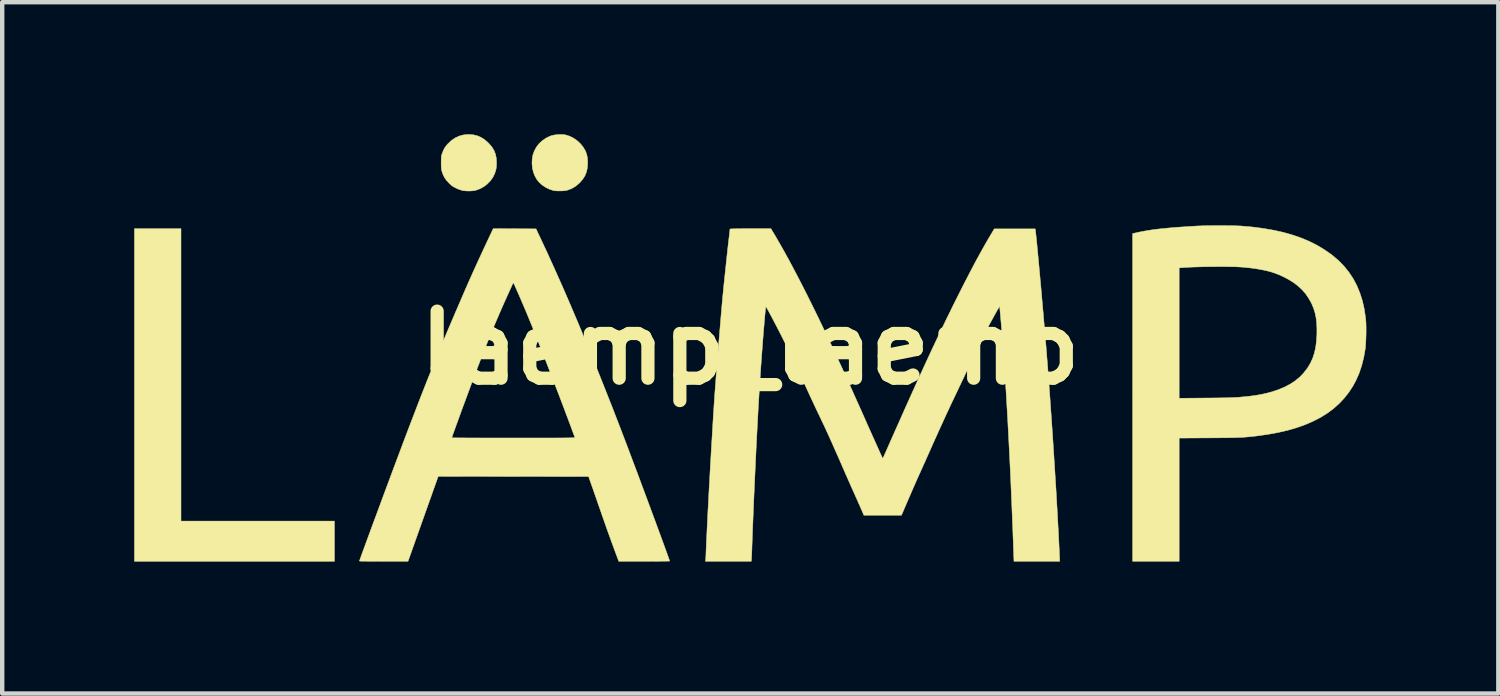
<source format=kicad_pcb>
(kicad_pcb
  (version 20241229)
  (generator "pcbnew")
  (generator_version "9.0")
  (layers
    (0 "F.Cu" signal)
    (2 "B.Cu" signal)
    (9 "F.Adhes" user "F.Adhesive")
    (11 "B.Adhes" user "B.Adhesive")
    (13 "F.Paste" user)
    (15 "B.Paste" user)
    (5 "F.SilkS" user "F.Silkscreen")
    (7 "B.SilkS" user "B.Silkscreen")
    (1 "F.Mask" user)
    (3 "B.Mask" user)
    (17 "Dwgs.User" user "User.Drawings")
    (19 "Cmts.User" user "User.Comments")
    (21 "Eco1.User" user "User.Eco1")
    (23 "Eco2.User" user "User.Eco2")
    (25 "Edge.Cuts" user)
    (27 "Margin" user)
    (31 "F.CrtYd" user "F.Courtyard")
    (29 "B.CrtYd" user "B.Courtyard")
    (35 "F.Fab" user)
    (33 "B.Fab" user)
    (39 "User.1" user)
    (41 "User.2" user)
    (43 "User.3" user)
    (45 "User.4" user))
  (footprint "laemp_laemp"
    (layer "F.Cu")
    (at 13.996 4.855)
    (property "Reference" "laemp_laemp" (at 0 0 0) (layer "F.SilkS") (effects (font (size 1.524 1.524) (thickness 0.3))))
    (attr through_hole)
    (fp_poly (pts (xy -12.933 3.936) (xy -9.446 3.936) (xy -9.446 4.85) (xy -13.991 4.85) (xy -13.991 -2.708) (xy -12.933 -2.708) (xy -12.933 3.936)) (stroke (width 0.01) (type solid)) (fill yes) (layer "F.SilkS"))
    (fp_poly (pts (xy -4.25 -4.847) (xy -4.192 -4.839) (xy -4.188 -4.838) (xy -4.098 -4.809) (xy -4.011 -4.765) (xy -3.93 -4.708) (xy -3.858 -4.641) (xy -3.796 -4.565) (xy -3.747 -4.483) (xy -3.73 -4.444) (xy -3.71 -4.382) (xy -3.697 -4.318) (xy -3.692 -4.248) (xy -3.692 -4.169) (xy -3.702 -4.072) (xy -3.723 -3.985) (xy -3.756 -3.906) (xy -3.804 -3.832) (xy -3.866 -3.759) (xy -3.872 -3.753) (xy -3.947 -3.687) (xy -4.025 -3.636) (xy -4.111 -3.597) (xy -4.126 -3.592) (xy -4.159 -3.582) (xy -4.19 -3.575) (xy -4.223 -3.57) (xy -4.264 -3.568) (xy -4.304 -3.566) (xy -4.378 -3.566) (xy -4.436 -3.57) (xy -4.466 -3.575) (xy -4.557 -3.604) (xy -4.645 -3.647) (xy -4.726 -3.701) (xy -4.788 -3.755) (xy -4.846 -3.826) (xy -4.892 -3.907) (xy -4.926 -3.997) (xy -4.948 -4.092) (xy -4.957 -4.192) (xy -4.952 -4.293) (xy -4.935 -4.388) (xy -4.903 -4.477) (xy -4.857 -4.561) (xy -4.798 -4.638) (xy -4.727 -4.705) (xy -4.646 -4.762) (xy -4.558 -4.806) (xy -4.516 -4.822) (xy -4.457 -4.836) (xy -4.389 -4.845) (xy -4.318 -4.849) (xy -4.25 -4.847)) (stroke (width 0.01) (type solid)) (fill yes) (layer "F.SilkS"))
    (fp_poly (pts (xy -6.298 -4.843) (xy -6.209 -4.823) (xy -6.125 -4.789) (xy -6.045 -4.74) (xy -5.967 -4.675) (xy -5.923 -4.631) (xy -5.863 -4.558) (xy -5.818 -4.483) (xy -5.787 -4.402) (xy -5.768 -4.313) (xy -5.762 -4.215) (xy -5.764 -4.142) (xy -5.77 -4.079) (xy -5.784 -4.021) (xy -5.804 -3.962) (xy -5.804 -3.961) (xy -5.847 -3.874) (xy -5.904 -3.794) (xy -5.973 -3.723) (xy -6.052 -3.663) (xy -6.139 -3.615) (xy -6.231 -3.582) (xy -6.252 -3.577) (xy -6.312 -3.568) (xy -6.382 -3.564) (xy -6.453 -3.566) (xy -6.518 -3.573) (xy -6.55 -3.58) (xy -6.585 -3.591) (xy -6.629 -3.607) (xy -6.673 -3.626) (xy -6.694 -3.636) (xy -6.735 -3.657) (xy -6.768 -3.678) (xy -6.799 -3.703) (xy -6.833 -3.735) (xy -6.847 -3.749) (xy -6.902 -3.81) (xy -6.945 -3.871) (xy -6.978 -3.938) (xy -7.001 -4.003) (xy -7.008 -4.029) (xy -7.014 -4.053) (xy -7.017 -4.079) (xy -7.019 -4.111) (xy -7.02 -4.152) (xy -7.021 -4.206) (xy -7.021 -4.211) (xy -7.02 -4.264) (xy -7.019 -4.305) (xy -7.018 -4.335) (xy -7.015 -4.36) (xy -7.01 -4.382) (xy -7.002 -4.406) (xy -6.997 -4.422) (xy -6.968 -4.493) (xy -6.936 -4.552) (xy -6.895 -4.607) (xy -6.869 -4.636) (xy -6.79 -4.711) (xy -6.705 -4.769) (xy -6.614 -4.812) (xy -6.518 -4.839) (xy -6.416 -4.849) (xy -6.394 -4.85) (xy -6.298 -4.843)) (stroke (width 0.01) (type solid)) (fill yes) (layer "F.SilkS"))
    (fp_poly (pts (xy 10.752 -2.778) (xy 10.847 -2.777) (xy 10.937 -2.776) (xy 11.018 -2.775) (xy 11.089 -2.772) (xy 11.146 -2.77) (xy 11.164 -2.769) (xy 11.422 -2.746) (xy 11.665 -2.714) (xy 11.896 -2.674) (xy 12.113 -2.626) (xy 12.318 -2.568) (xy 12.511 -2.502) (xy 12.694 -2.426) (xy 12.866 -2.341) (xy 13.028 -2.245) (xy 13.182 -2.14) (xy 13.242 -2.095) (xy 13.378 -1.978) (xy 13.501 -1.851) (xy 13.61 -1.715) (xy 13.706 -1.569) (xy 13.789 -1.413) (xy 13.857 -1.247) (xy 13.913 -1.071) (xy 13.956 -0.884) (xy 13.985 -0.686) (xy 13.991 -0.624) (xy 13.995 -0.571) (xy 13.997 -0.505) (xy 13.998 -0.43) (xy 13.998 -0.35) (xy 13.996 -0.267) (xy 13.993 -0.186) (xy 13.99 -0.11) (xy 13.985 -0.043) (xy 13.98 0.012) (xy 13.978 0.025) (xy 13.944 0.219) (xy 13.898 0.402) (xy 13.84 0.575) (xy 13.769 0.737) (xy 13.701 0.863) (xy 13.608 1.007) (xy 13.503 1.14) (xy 13.387 1.264) (xy 13.258 1.379) (xy 13.117 1.484) (xy 12.963 1.58) (xy 12.796 1.666) (xy 12.616 1.744) (xy 12.423 1.813) (xy 12.216 1.873) (xy 11.995 1.924) (xy 11.759 1.967) (xy 11.51 2.002) (xy 11.477 2.006) (xy 11.419 2.012) (xy 11.365 2.018) (xy 11.314 2.023) (xy 11.263 2.027) (xy 11.212 2.031) (xy 11.159 2.034) (xy 11.101 2.036) (xy 11.039 2.038) (xy 10.969 2.04) (xy 10.891 2.042) (xy 10.803 2.043) (xy 10.703 2.044) (xy 10.589 2.045) (xy 10.461 2.046) (xy 10.421 2.046) (xy 9.75 2.05) (xy 9.75 4.85) (xy 8.692 4.85) (xy 8.692 -1.817) (xy 9.75 -1.817) (xy 9.75 1.145) (xy 10.345 1.14) (xy 10.48 1.139) (xy 10.599 1.138) (xy 10.704 1.136) (xy 10.796 1.135) (xy 10.875 1.133) (xy 10.944 1.131) (xy 11.003 1.128) (xy 11.054 1.126) (xy 11.098 1.123) (xy 11.105 1.122) (xy 11.241 1.11) (xy 11.363 1.097) (xy 11.474 1.082) (xy 11.576 1.065) (xy 11.671 1.046) (xy 11.764 1.024) (xy 11.841 1.003) (xy 11.998 0.952) (xy 12.14 0.893) (xy 12.269 0.826) (xy 12.384 0.751) (xy 12.488 0.666) (xy 12.579 0.571) (xy 12.66 0.466) (xy 12.68 0.437) (xy 12.738 0.337) (xy 12.785 0.233) (xy 12.822 0.121) (xy 12.85 -0.001) (xy 12.868 -0.133) (xy 12.878 -0.277) (xy 12.88 -0.318) (xy 12.88 -0.455) (xy 12.873 -0.579) (xy 12.859 -0.693) (xy 12.837 -0.797) (xy 12.806 -0.896) (xy 12.767 -0.991) (xy 12.752 -1.023) (xy 12.689 -1.134) (xy 12.619 -1.235) (xy 12.539 -1.326) (xy 12.447 -1.41) (xy 12.344 -1.488) (xy 12.226 -1.56) (xy 12.127 -1.612) (xy 12.034 -1.655) (xy 11.939 -1.693) (xy 11.839 -1.726) (xy 11.732 -1.754) (xy 11.617 -1.778) (xy 11.491 -1.8) (xy 11.353 -1.818) (xy 11.202 -1.833) (xy 11.141 -1.837) (xy 11.065 -1.841) (xy 10.976 -1.844) (xy 10.877 -1.845) (xy 10.77 -1.847) (xy 10.658 -1.847) (xy 10.542 -1.846) (xy 10.424 -1.845) (xy 10.307 -1.843) (xy 10.193 -1.84) (xy 10.085 -1.837) (xy 9.984 -1.833) (xy 9.893 -1.828) (xy 9.82 -1.823) (xy 9.75 -1.817) (xy 8.692 -1.817) (xy 8.692 -2.597) (xy 8.766 -2.614) (xy 8.853 -2.633) (xy 8.942 -2.65) (xy 9.033 -2.666) (xy 9.129 -2.681) (xy 9.232 -2.695) (xy 9.341 -2.707) (xy 9.46 -2.719) (xy 9.589 -2.731) (xy 9.73 -2.742) (xy 9.884 -2.752) (xy 10.053 -2.763) (xy 10.148 -2.769) (xy 10.21 -2.771) (xy 10.284 -2.774) (xy 10.368 -2.776) (xy 10.46 -2.777) (xy 10.556 -2.778) (xy 10.654 -2.778) (xy 10.752 -2.778)) (stroke (width 0.01) (type solid)) (fill yes) (layer "F.SilkS"))
    (fp_poly (pts (xy -4.865 -2.704) (xy -4.789 -2.543) (xy -4.617 -2.176) (xy -4.443 -1.793) (xy -4.265 -1.394) (xy -4.085 -0.979) (xy -3.902 -0.548) (xy -3.716 -0.102) (xy -3.527 0.359) (xy -3.337 0.835) (xy -3.143 1.325) (xy -2.948 1.829) (xy -2.766 2.306) (xy -2.728 2.408) (xy -2.687 2.517) (xy -2.644 2.632) (xy -2.598 2.753) (xy -2.551 2.878) (xy -2.503 3.007) (xy -2.455 3.138) (xy -2.405 3.271) (xy -2.355 3.405) (xy -2.306 3.538) (xy -2.257 3.67) (xy -2.209 3.799) (xy -2.162 3.926) (xy -2.117 4.048) (xy -2.074 4.165) (xy -2.033 4.276) (xy -1.995 4.38) (xy -1.96 4.476) (xy -1.928 4.563) (xy -1.9 4.64) (xy -1.876 4.706) (xy -1.857 4.761) (xy -1.842 4.803) (xy -1.832 4.83) (xy -1.828 4.844) (xy -1.828 4.845) (xy -1.836 4.845) (xy -1.86 4.846) (xy -1.898 4.847) (xy -1.949 4.848) (xy -2.011 4.848) (xy -2.084 4.849) (xy -2.165 4.849) (xy -2.253 4.85) (xy -2.347 4.85) (xy -2.407 4.85) (xy -2.985 4.85) (xy -3.068 4.628) (xy -3.109 4.515) (xy -3.15 4.405) (xy -3.19 4.293) (xy -3.232 4.178) (xy -3.275 4.057) (xy -3.32 3.928) (xy -3.369 3.788) (xy -3.422 3.635) (xy -3.431 3.61) (xy -3.46 3.527) (xy -3.489 3.443) (xy -3.517 3.361) (xy -3.545 3.283) (xy -3.569 3.212) (xy -3.591 3.151) (xy -3.608 3.101) (xy -3.617 3.077) (xy -3.671 2.924) (xy -5.38 2.922) (xy -7.088 2.92) (xy -7.431 3.885) (xy -7.774 4.85) (xy -8.326 4.85) (xy -8.421 4.85) (xy -8.511 4.849) (xy -8.594 4.849) (xy -8.67 4.849) (xy -8.736 4.848) (xy -8.791 4.848) (xy -8.834 4.847) (xy -8.863 4.846) (xy -8.877 4.845) (xy -8.879 4.845) (xy -8.876 4.835) (xy -8.867 4.811) (xy -8.853 4.772) (xy -8.835 4.72) (xy -8.812 4.656) (xy -8.784 4.581) (xy -8.753 4.496) (xy -8.718 4.401) (xy -8.68 4.297) (xy -8.639 4.186) (xy -8.596 4.068) (xy -8.55 3.944) (xy -8.502 3.816) (xy -8.453 3.683) (xy -8.403 3.548) (xy -8.352 3.41) (xy -8.301 3.271) (xy -8.249 3.132) (xy -8.197 2.993) (xy -8.146 2.856) (xy -8.096 2.722) (xy -8.059 2.623) (xy -7.963 2.368) (xy -7.873 2.127) (xy -7.841 2.043) (xy -6.78 2.043) (xy -6.771 2.044) (xy -6.747 2.044) (xy -6.707 2.045) (xy -6.654 2.045) (xy -6.586 2.046) (xy -6.507 2.046) (xy -6.415 2.047) (xy -6.313 2.047) (xy -6.201 2.047) (xy -6.08 2.048) (xy -5.951 2.048) (xy -5.814 2.048) (xy -5.672 2.048) (xy -5.523 2.048) (xy -5.378 2.048) (xy -5.197 2.048) (xy -5.033 2.048) (xy -4.884 2.048) (xy -4.75 2.048) (xy -4.629 2.048) (xy -4.522 2.048) (xy -4.427 2.048) (xy -4.344 2.047) (xy -4.272 2.047) (xy -4.21 2.046) (xy -4.157 2.046) (xy -4.113 2.045) (xy -4.077 2.044) (xy -4.048 2.044) (xy -4.025 2.043) (xy -4.008 2.042) (xy -3.996 2.04) (xy -3.988 2.039) (xy -3.984 2.037) (xy -3.982 2.036) (xy -3.982 2.034) (xy -3.982 2.033) (xy -3.986 2.023) (xy -3.995 1.998) (xy -4.01 1.96) (xy -4.028 1.912) (xy -4.049 1.855) (xy -4.073 1.79) (xy -4.099 1.72) (xy -4.117 1.672) (xy -4.183 1.497) (xy -4.25 1.318) (xy -4.319 1.136) (xy -4.39 0.952) (xy -4.46 0.768) (xy -4.531 0.585) (xy -4.601 0.404) (xy -4.669 0.228) (xy -4.736 0.058) (xy -4.801 -0.106) (xy -4.862 -0.261) (xy -4.92 -0.406) (xy -4.974 -0.54) (xy -5.024 -0.661) (xy -5.068 -0.768) (xy -5.073 -0.781) (xy -5.096 -0.835) (xy -5.122 -0.896) (xy -5.15 -0.962) (xy -5.18 -1.031) (xy -5.21 -1.102) (xy -5.24 -1.171) (xy -5.269 -1.238) (xy -5.297 -1.3) (xy -5.321 -1.355) (xy -5.342 -1.402) (xy -5.359 -1.439) (xy -5.37 -1.463) (xy -5.374 -1.472) (xy -5.38 -1.476) (xy -5.388 -1.467) (xy -5.4 -1.444) (xy -5.402 -1.439) (xy -5.413 -1.416) (xy -5.428 -1.382) (xy -5.448 -1.339) (xy -5.47 -1.29) (xy -5.493 -1.24) (xy -5.649 -0.892) (xy -5.805 -0.528) (xy -5.96 -0.15) (xy -6.115 0.242) (xy -6.224 0.525) (xy -6.255 0.609) (xy -6.289 0.699) (xy -6.325 0.794) (xy -6.361 0.893) (xy -6.399 0.996) (xy -6.438 1.1) (xy -6.476 1.204) (xy -6.515 1.308) (xy -6.552 1.409) (xy -6.588 1.508) (xy -6.622 1.602) (xy -6.654 1.69) (xy -6.684 1.771) (xy -6.71 1.844) (xy -6.733 1.907) (xy -6.752 1.96) (xy -6.766 2.001) (xy -6.775 2.029) (xy -6.779 2.042) (xy -6.78 2.043) (xy -7.841 2.043) (xy -7.787 1.9) (xy -7.705 1.685) (xy -7.626 1.48) (xy -7.551 1.284) (xy -7.478 1.096) (xy -7.407 0.915) (xy -7.337 0.738) (xy -7.268 0.566) (xy -7.199 0.395) (xy -7.13 0.226) (xy -7.06 0.056) (xy -6.989 -0.115) (xy -6.916 -0.29) (xy -6.84 -0.469) (xy -6.761 -0.654) (xy -6.679 -0.846) (xy -6.642 -0.931) (xy -6.553 -1.137) (xy -6.47 -1.329) (xy -6.39 -1.511) (xy -6.313 -1.684) (xy -6.237 -1.852) (xy -6.162 -2.016) (xy -6.086 -2.18) (xy -6.009 -2.346) (xy -5.961 -2.448) (xy -5.838 -2.709) (xy -4.865 -2.704)) (stroke (width 0.01) (type solid)) (fill yes) (layer "F.SilkS"))
    (fp_poly (pts (xy 0.554 -2.574) (xy 0.664 -2.385) (xy 0.78 -2.18) (xy 0.9 -1.961) (xy 1.025 -1.726) (xy 1.155 -1.476) (xy 1.29 -1.211) (xy 1.43 -0.929) (xy 1.575 -0.632) (xy 1.725 -0.319) (xy 1.788 -0.186) (xy 1.835 -0.088) (xy 1.878 0.005) (xy 1.92 0.094) (xy 1.961 0.181) (xy 2.001 0.267) (xy 2.041 0.354) (xy 2.082 0.442) (xy 2.123 0.533) (xy 2.167 0.628) (xy 2.212 0.729) (xy 2.261 0.837) (xy 2.313 0.953) (xy 2.369 1.079) (xy 2.43 1.215) (xy 2.497 1.363) (xy 2.569 1.525) (xy 2.616 1.631) (xy 2.667 1.747) (xy 2.717 1.858) (xy 2.764 1.963) (xy 2.809 2.063) (xy 2.85 2.155) (xy 2.888 2.238) (xy 2.921 2.313) (xy 2.95 2.377) (xy 2.974 2.43) (xy 2.993 2.471) (xy 3.006 2.499) (xy 3.012 2.512) (xy 3.013 2.514) (xy 3.018 2.506) (xy 3.028 2.486) (xy 3.043 2.455) (xy 3.06 2.416) (xy 3.078 2.376) (xy 3.2 2.099) (xy 3.317 1.836) (xy 3.428 1.587) (xy 3.533 1.35) (xy 3.634 1.126) (xy 3.73 0.913) (xy 3.822 0.71) (xy 3.911 0.515) (xy 3.996 0.33) (xy 4.079 0.151) (xy 4.159 -0.021) (xy 4.238 -0.188) (xy 4.315 -0.35) (xy 4.392 -0.509) (xy 4.467 -0.665) (xy 4.543 -0.819) (xy 4.618 -0.973) (xy 4.695 -1.127) (xy 4.699 -1.134) (xy 4.815 -1.366) (xy 4.926 -1.582) (xy 5.031 -1.784) (xy 5.131 -1.973) (xy 5.227 -2.148) (xy 5.317 -2.31) (xy 5.404 -2.461) (xy 5.487 -2.601) (xy 5.503 -2.628) (xy 5.549 -2.704) (xy 6.479 -2.704) (xy 6.485 -2.658) (xy 6.49 -2.619) (xy 6.496 -2.565) (xy 6.503 -2.496) (xy 6.512 -2.413) (xy 6.521 -2.318) (xy 6.531 -2.212) (xy 6.542 -2.096) (xy 6.554 -1.971) (xy 6.566 -1.838) (xy 6.579 -1.698) (xy 6.592 -1.553) (xy 6.606 -1.403) (xy 6.62 -1.25) (xy 6.633 -1.095) (xy 6.647 -0.938) (xy 6.661 -0.782) (xy 6.674 -0.627) (xy 6.687 -0.474) (xy 6.7 -0.325) (xy 6.712 -0.18) (xy 6.724 -0.041) (xy 6.735 0.091) (xy 6.741 0.174) (xy 6.76 0.408) (xy 6.778 0.652) (xy 6.797 0.905) (xy 6.816 1.163) (xy 6.834 1.426) (xy 6.853 1.693) (xy 6.871 1.962) (xy 6.889 2.231) (xy 6.906 2.499) (xy 6.923 2.765) (xy 6.939 3.026) (xy 6.955 3.282) (xy 6.969 3.53) (xy 6.983 3.771) (xy 6.995 4.001) (xy 7.007 4.219) (xy 7.017 4.425) (xy 7.026 4.616) (xy 7.03 4.712) (xy 7.036 4.85) (xy 5.996 4.85) (xy 5.985 4.564) (xy 5.969 4.117) (xy 5.951 3.68) (xy 5.933 3.253) (xy 5.915 2.837) (xy 5.895 2.432) (xy 5.875 2.038) (xy 5.855 1.657) (xy 5.834 1.289) (xy 5.813 0.934) (xy 5.791 0.593) (xy 5.768 0.266) (xy 5.746 -0.046) (xy 5.723 -0.342) (xy 5.699 -0.622) (xy 5.683 -0.8) (xy 5.679 -0.846) (xy 5.675 -0.887) (xy 5.673 -0.919) (xy 5.671 -0.939) (xy 5.671 -0.944) (xy 5.667 -0.94) (xy 5.655 -0.923) (xy 5.637 -0.892) (xy 5.613 -0.85) (xy 5.583 -0.796) (xy 5.547 -0.732) (xy 5.507 -0.658) (xy 5.462 -0.577) (xy 5.456 -0.565) (xy 5.429 -0.515) (xy 5.404 -0.467) (xy 5.378 -0.418) (xy 5.352 -0.367) (xy 5.325 -0.312) (xy 5.295 -0.252) (xy 5.263 -0.186) (xy 5.227 -0.111) (xy 5.186 -0.026) (xy 5.141 0.07) (xy 5.089 0.18) (xy 5.066 0.229) (xy 5.032 0.3) (xy 4.993 0.383) (xy 4.949 0.474) (xy 4.903 0.571) (xy 4.856 0.67) (xy 4.81 0.767) (xy 4.766 0.86) (xy 4.744 0.906) (xy 4.679 1.043) (xy 4.618 1.171) (xy 4.56 1.293) (xy 4.505 1.411) (xy 4.451 1.527) (xy 4.398 1.643) (xy 4.344 1.761) (xy 4.288 1.884) (xy 4.229 2.015) (xy 4.166 2.154) (xy 4.099 2.306) (xy 4.044 2.429) (xy 4.011 2.502) (xy 3.977 2.58) (xy 3.941 2.658) (xy 3.908 2.733) (xy 3.877 2.802) (xy 3.851 2.859) (xy 3.844 2.873) (xy 3.824 2.919) (xy 3.797 2.978) (xy 3.767 3.047) (xy 3.733 3.124) (xy 3.697 3.206) (xy 3.661 3.29) (xy 3.624 3.375) (xy 3.601 3.428) (xy 3.439 3.804) (xy 2.586 3.804) (xy 2.537 3.69) (xy 2.52 3.652) (xy 2.498 3.601) (xy 2.471 3.542) (xy 2.443 3.477) (xy 2.413 3.41) (xy 2.383 3.345) (xy 2.383 3.343) (xy 2.357 3.285) (xy 2.325 3.214) (xy 2.289 3.134) (xy 2.251 3.047) (xy 2.211 2.957) (xy 2.171 2.866) (xy 2.133 2.778) (xy 2.113 2.734) (xy 2.053 2.595) (xy 1.998 2.47) (xy 1.948 2.358) (xy 1.903 2.256) (xy 1.862 2.163) (xy 1.823 2.077) (xy 1.787 1.996) (xy 1.752 1.92) (xy 1.718 1.846) (xy 1.684 1.772) (xy 1.648 1.698) (xy 1.612 1.621) (xy 1.573 1.539) (xy 1.557 1.507) (xy 1.523 1.435) (xy 1.485 1.355) (xy 1.446 1.271) (xy 1.408 1.19) (xy 1.373 1.115) (xy 1.358 1.083) (xy 1.325 1.011) (xy 1.286 0.927) (xy 1.244 0.835) (xy 1.198 0.737) (xy 1.15 0.635) (xy 1.101 0.532) (xy 1.053 0.429) (xy 1.007 0.331) (xy 0.963 0.238) (xy 0.923 0.153) (xy 0.887 0.079) (xy 0.861 0.025) (xy 0.83 -0.039) (xy 0.795 -0.109) (xy 0.758 -0.183) (xy 0.719 -0.261) (xy 0.678 -0.341) (xy 0.637 -0.421) (xy 0.596 -0.5) (xy 0.556 -0.576) (xy 0.518 -0.649) (xy 0.482 -0.717) (xy 0.449 -0.778) (xy 0.421 -0.832) (xy 0.396 -0.875) (xy 0.377 -0.908) (xy 0.364 -0.929) (xy 0.358 -0.937) (xy 0.358 -0.937) (xy 0.356 -0.926) (xy 0.352 -0.9) (xy 0.348 -0.86) (xy 0.342 -0.806) (xy 0.336 -0.74) (xy 0.329 -0.663) (xy 0.322 -0.576) (xy 0.314 -0.48) (xy 0.305 -0.377) (xy 0.296 -0.267) (xy 0.287 -0.152) (xy 0.278 -0.033) (xy 0.269 0.089) (xy 0.26 0.212) (xy 0.251 0.337) (xy 0.242 0.46) (xy 0.234 0.582) (xy 0.226 0.701) (xy 0.218 0.816) (xy 0.212 0.91) (xy 0.203 1.065) (xy 0.193 1.235) (xy 0.182 1.419) (xy 0.172 1.614) (xy 0.161 1.819) (xy 0.15 2.032) (xy 0.139 2.251) (xy 0.128 2.475) (xy 0.118 2.701) (xy 0.107 2.928) (xy 0.097 3.154) (xy 0.087 3.378) (xy 0.078 3.596) (xy 0.069 3.809) (xy 0.061 4.014) (xy 0.053 4.208) (xy 0.047 4.392) (xy 0.042 4.528) (xy 0.04 4.597) (xy 0.037 4.66) (xy 0.035 4.717) (xy 0.033 4.764) (xy 0.031 4.801) (xy 0.03 4.824) (xy 0.029 4.831) (xy 0.025 4.85) (xy -1.016 4.85) (xy -1.012 4.831) (xy -1.01 4.816) (xy -1.009 4.788) (xy -1.006 4.749) (xy -1.004 4.704) (xy -1.003 4.672) (xy -0.999 4.575) (xy -0.995 4.463) (xy -0.989 4.336) (xy -0.982 4.197) (xy -0.975 4.046) (xy -0.967 3.885) (xy -0.959 3.716) (xy -0.949 3.54) (xy -0.94 3.357) (xy -0.93 3.17) (xy -0.919 2.981) (xy -0.909 2.789) (xy -0.898 2.597) (xy -0.887 2.406) (xy -0.876 2.217) (xy -0.865 2.033) (xy -0.854 1.853) (xy -0.844 1.68) (xy -0.834 1.515) (xy -0.824 1.36) (xy -0.814 1.215) (xy -0.812 1.185) (xy -0.807 1.105) (xy -0.8 1.011) (xy -0.792 0.905) (xy -0.783 0.788) (xy -0.774 0.661) (xy -0.763 0.527) (xy -0.752 0.386) (xy -0.741 0.242) (xy -0.729 0.094) (xy -0.717 -0.054) (xy -0.705 -0.202) (xy -0.693 -0.347) (xy -0.681 -0.488) (xy -0.67 -0.624) (xy -0.659 -0.753) (xy -0.649 -0.873) (xy -0.639 -0.982) (xy -0.63 -1.079) (xy -0.623 -1.162) (xy -0.617 -1.219) (xy -0.608 -1.311) (xy -0.598 -1.414) (xy -0.586 -1.525) (xy -0.574 -1.643) (xy -0.561 -1.763) (xy -0.548 -1.885) (xy -0.536 -2.005) (xy -0.523 -2.121) (xy -0.511 -2.23) (xy -0.5 -2.33) (xy -0.49 -2.417) (xy -0.482 -2.482) (xy -0.475 -2.54) (xy -0.469 -2.593) (xy -0.464 -2.637) (xy -0.46 -2.672) (xy -0.458 -2.693) (xy -0.457 -2.7) (xy -0.449 -2.702) (xy -0.424 -2.704) (xy -0.384 -2.705) (xy -0.328 -2.706) (xy -0.258 -2.707) (xy -0.173 -2.708) (xy -0.076 -2.708) (xy 0.008 -2.708) (xy 0.473 -2.708) (xy 0.554 -2.574)) (stroke (width 0.01) (type solid)) (fill yes) (layer "F.SilkS")))
  (gr_rect
    (start -3 -3)
    (end 30.999 12.71)
    (stroke (width 0.1) (type default))
    (fill no)
    (layer "Edge.Cuts")))
</source>
